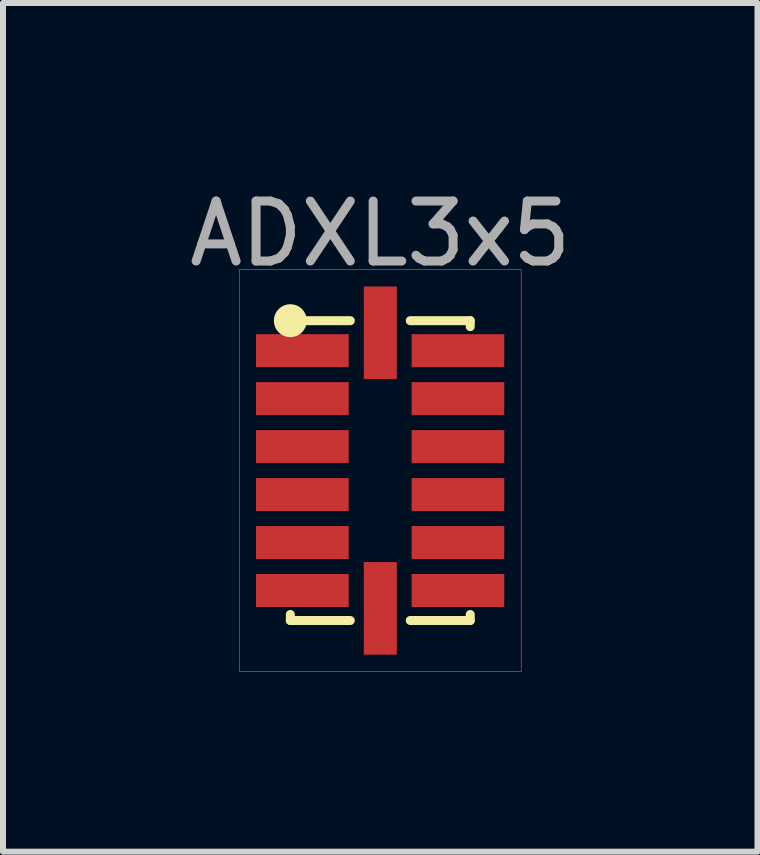
<source format=kicad_pcb>
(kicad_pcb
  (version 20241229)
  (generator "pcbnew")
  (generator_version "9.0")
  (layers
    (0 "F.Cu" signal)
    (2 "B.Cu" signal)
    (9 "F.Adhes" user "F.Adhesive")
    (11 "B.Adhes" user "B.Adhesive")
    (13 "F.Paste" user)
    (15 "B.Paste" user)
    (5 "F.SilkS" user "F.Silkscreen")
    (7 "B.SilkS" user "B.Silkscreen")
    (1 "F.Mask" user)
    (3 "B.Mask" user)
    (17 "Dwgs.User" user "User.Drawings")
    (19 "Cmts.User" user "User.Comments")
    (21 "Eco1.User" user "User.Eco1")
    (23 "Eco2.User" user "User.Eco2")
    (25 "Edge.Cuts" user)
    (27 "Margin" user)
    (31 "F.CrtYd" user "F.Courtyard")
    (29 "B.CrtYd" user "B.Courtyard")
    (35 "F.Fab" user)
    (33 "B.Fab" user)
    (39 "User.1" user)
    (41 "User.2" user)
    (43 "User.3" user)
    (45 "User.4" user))
  (footprint "ADXL3x5"
    (layer "F.Cu")
    (at 3.292 4.798)
    (property "Reference" "ADXL3x5" (at 0 -3.95 0) (layer "F.Fab") (effects (font (size 1 1) (thickness 0.15))))
    (attr through_hole)
    (fp_line (start -1.5 -2.5) (end -1.5 -2.4) (stroke (width 0.15) (type solid)) (layer "F.SilkS"))
    (fp_line (start -1.5 -2.5) (end -0.5 -2.5) (stroke (width 0.15) (type solid)) (layer "F.SilkS"))
    (fp_line (start -1.5 2.5) (end -1.5 2.4) (stroke (width 0.15) (type solid)) (layer "F.SilkS"))
    (fp_line (start -1.5 2.5) (end -0.5 2.5) (stroke (width 0.15) (type solid)) (layer "F.SilkS"))
    (fp_line (start 0.5 -2.5) (end 1.5 -2.5) (stroke (width 0.15) (type solid)) (layer "F.SilkS"))
    (fp_line (start 0.5 2.5) (end 1.5 2.5) (stroke (width 0.15) (type solid)) (layer "F.SilkS"))
    (fp_line (start 1.5 -2.5) (end 1.5 -2.4) (stroke (width 0.15) (type solid)) (layer "F.SilkS"))
    (fp_line (start 1.5 2.5) (end 1.5 2.4) (stroke (width 0.15) (type solid)) (layer "F.SilkS"))
    (fp_circle (center -1.5 -2.5) (end -1.5 -2.7) (stroke (width 0.15) (type solid)) (fill no) (layer "F.SilkS"))
    (fp_circle (center -1.5 -2.5) (end -1.5 -2.6) (stroke (width 0.15) (type solid)) (fill no) (layer "F.SilkS"))
    (fp_line (start -2.35 -3.35) (end 2.35 -3.35) (stroke (width 0.01) (type solid)) (layer "F.CrtYd"))
    (fp_line (start -2.35 3.35) (end -2.35 -3.35) (stroke (width 0.01) (type solid)) (layer "F.CrtYd"))
    (fp_line (start 2.35 -3.35) (end 2.35 3.35) (stroke (width 0.01) (type solid)) (layer "F.CrtYd"))
    (fp_line (start 2.35 3.35) (end -2.35 3.35) (stroke (width 0.01) (type solid)) (layer "F.CrtYd"))
    (pad "1" smd rect (at -1.1 -2) (size 1.545 0.55) (drill (offset -0.2 0)) (layers "F.Cu" "F.Mask" "F.Paste"))
    (pad "2" smd rect (at -1.1 -1.2) (size 1.545 0.55) (drill (offset -0.2 0)) (layers "F.Cu" "F.Mask" "F.Paste"))
    (pad "3" smd rect (at -1.1 -0.4) (size 1.545 0.55) (drill (offset -0.2 0)) (layers "F.Cu" "F.Mask" "F.Paste"))
    (pad "4" smd rect (at -1.1 0.4) (size 1.545 0.55) (drill (offset -0.2 0)) (layers "F.Cu" "F.Mask" "F.Paste"))
    (pad "5" smd rect (at -1.1 1.2) (size 1.545 0.55) (drill (offset -0.2 0)) (layers "F.Cu" "F.Mask" "F.Paste"))
    (pad "6" smd rect (at -1.1 2) (size 1.545 0.55) (drill (offset -0.2 0)) (layers "F.Cu" "F.Mask" "F.Paste"))
    (pad "7" smd rect (at 0 2.098) (size 0.55 1.545) (drill (offset 0 0.2)) (layers "F.Cu" "F.Mask" "F.Paste"))
    (pad "8" smd rect (at 1.095 2) (size 1.545 0.55) (drill (offset 0.2 0)) (layers "F.Cu" "F.Mask" "F.Paste"))
    (pad "9" smd rect (at 1.095 1.2) (size 1.545 0.55) (drill (offset 0.2 0)) (layers "F.Cu" "F.Mask" "F.Paste"))
    (pad "10" smd rect (at 1.095 0.4) (size 1.545 0.55) (drill (offset 0.2 0)) (layers "F.Cu" "F.Mask" "F.Paste"))
    (pad "11" smd rect (at 1.095 -0.4) (size 1.545 0.55) (drill (offset 0.2 0)) (layers "F.Cu" "F.Mask" "F.Paste"))
    (pad "12" smd rect (at 1.095 -1.2) (size 1.545 0.55) (drill (offset 0.2 0)) (layers "F.Cu" "F.Mask" "F.Paste"))
    (pad "13" smd rect (at 1.095 -2) (size 1.545 0.55) (drill (offset 0.2 0)) (layers "F.Cu" "F.Mask" "F.Paste"))
    (pad "14" smd rect (at 0 -2.098) (size 0.55 1.545) (drill (offset 0 -0.2)) (layers "F.Cu" "F.Mask" "F.Paste")))
  (gr_rect
    (start -3 -3)
    (end 9.583 11.153)
    (stroke (width 0.1) (type default))
    (fill no)
    (layer "Edge.Cuts")))
</source>
